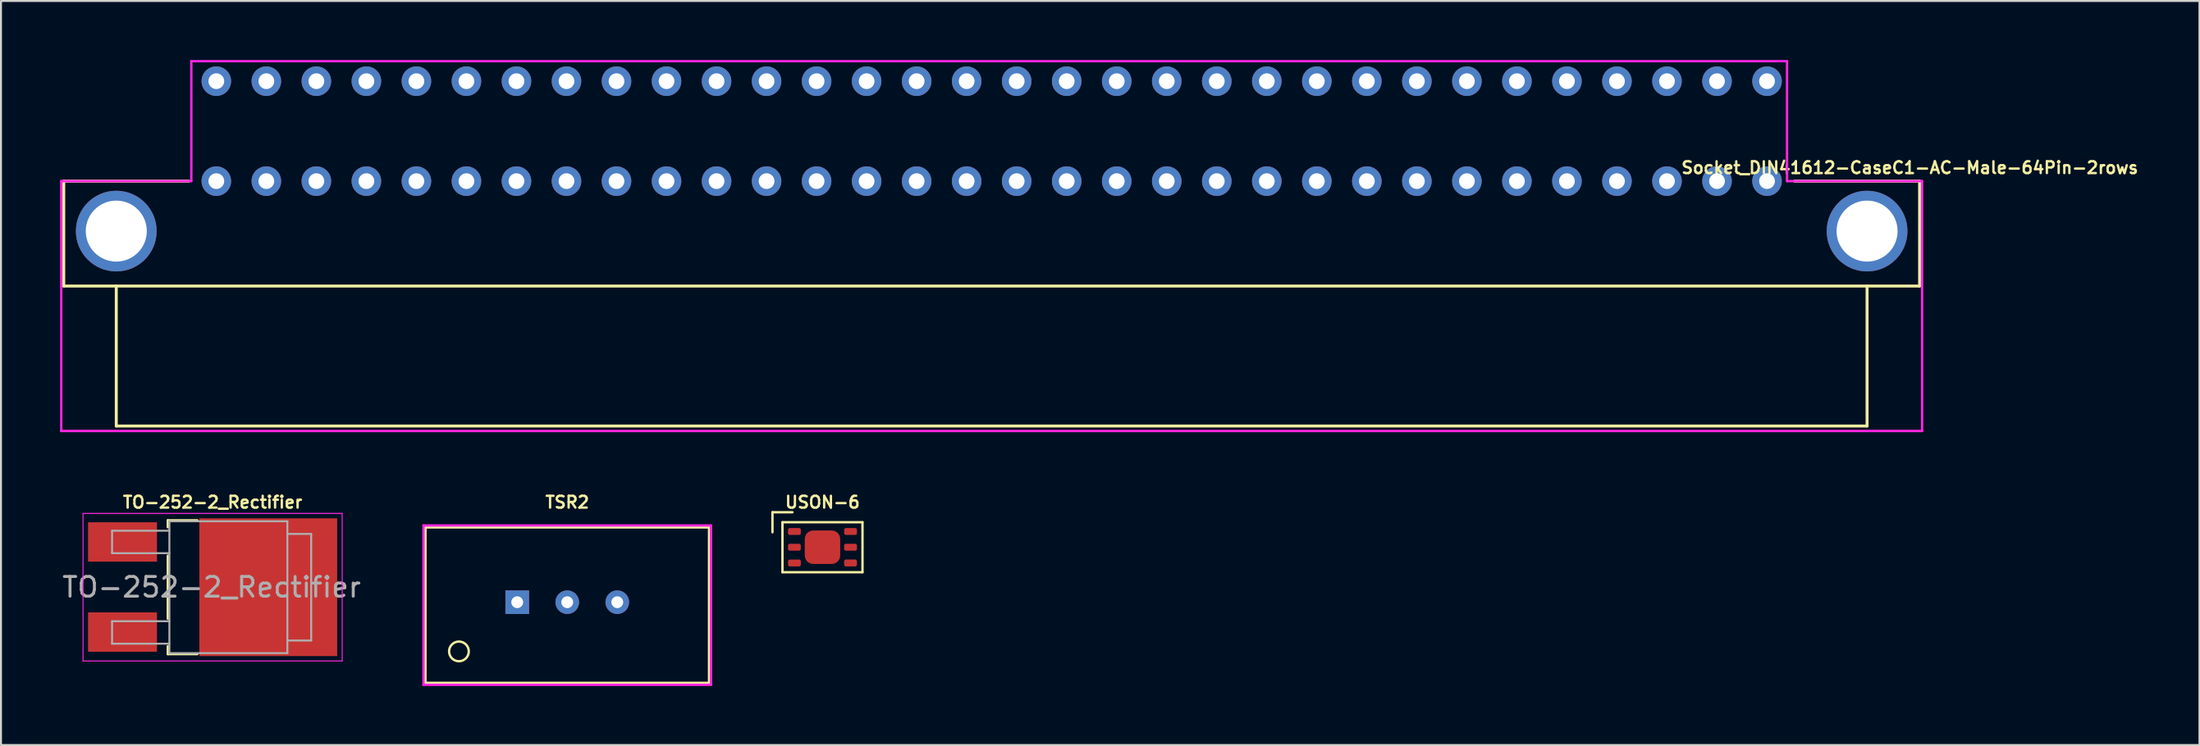
<source format=kicad_pcb>
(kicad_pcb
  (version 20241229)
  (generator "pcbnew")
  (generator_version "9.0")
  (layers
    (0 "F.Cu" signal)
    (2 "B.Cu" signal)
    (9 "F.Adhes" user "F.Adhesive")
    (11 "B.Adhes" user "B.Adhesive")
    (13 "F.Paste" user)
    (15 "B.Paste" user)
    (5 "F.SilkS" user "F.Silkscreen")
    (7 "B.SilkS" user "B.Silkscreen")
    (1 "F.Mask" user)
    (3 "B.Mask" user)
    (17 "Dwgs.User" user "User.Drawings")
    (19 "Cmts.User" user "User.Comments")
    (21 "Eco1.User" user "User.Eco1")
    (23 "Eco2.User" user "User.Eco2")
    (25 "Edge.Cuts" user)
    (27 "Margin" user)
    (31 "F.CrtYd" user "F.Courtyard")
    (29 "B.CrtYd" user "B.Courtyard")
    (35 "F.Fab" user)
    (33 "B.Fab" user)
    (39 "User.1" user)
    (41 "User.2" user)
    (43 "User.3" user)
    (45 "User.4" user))
  (footprint "TO-252-2_Rectifier"
    (layer "F.Cu")
    (at 7.746 26.796)
    (property "Reference" "TO-252-2_Rectifier" (at 0 -4.318 0) (layer "F.SilkS") (effects (font (size 0.6 0.6) (thickness 0.12))))
    (attr smd)
    (fp_line (start -2.275 -3.4) (end -0.775 -3.4) (stroke (width 0.12) (type solid)) (layer "F.SilkS"))
    (fp_line (start -2.275 -3.05) (end -2.275 -3.4) (stroke (width 0.12) (type solid)) (layer "F.SilkS"))
    (fp_line (start -2.275 1.6) (end -2.275 -1.6) (stroke (width 0.12) (type solid)) (layer "F.SilkS"))
    (fp_line (start -2.275 3.4) (end -2.275 3) (stroke (width 0.12) (type solid)) (layer "F.SilkS"))
    (fp_line (start -0.775 3.4) (end -2.275 3.4) (stroke (width 0.12) (type solid)) (layer "F.SilkS"))
    (fp_line (start -6.58 3.75) (end -6.58 -3.75) (stroke (width 0.05) (type solid)) (layer "F.CrtYd"))
    (fp_line (start -6.58 3.75) (end 6.58 3.75) (stroke (width 0.05) (type solid)) (layer "F.CrtYd"))
    (fp_line (start 6.58 -3.75) (end -6.58 -3.75) (stroke (width 0.05) (type solid)) (layer "F.CrtYd"))
    (fp_line (start 6.58 -3.75) (end 6.58 3.75) (stroke (width 0.05) (type solid)) (layer "F.CrtYd"))
    (fp_line (start -5.105 -2.87) (end -5.105 -1.73) (stroke (width 0.1) (type solid)) (layer "F.Fab"))
    (fp_line (start -5.105 -1.73) (end -2.195 -1.73) (stroke (width 0.1) (type solid)) (layer "F.Fab"))
    (fp_line (start -5.105 1.73) (end -5.105 2.87) (stroke (width 0.1) (type solid)) (layer "F.Fab"))
    (fp_line (start -5.105 2.87) (end -2.195 2.87) (stroke (width 0.1) (type solid)) (layer "F.Fab"))
    (fp_line (start -2.195 -2.87) (end -5.105 -2.87) (stroke (width 0.1) (type solid)) (layer "F.Fab"))
    (fp_line (start -2.195 1.73) (end -5.105 1.73) (stroke (width 0.1) (type solid)) (layer "F.Fab"))
    (fp_line (start -2.195 3.35) (end -2.195 -3.35) (stroke (width 0.1) (type solid)) (layer "F.Fab"))
    (fp_line (start -2.195 3.35) (end 3.795 3.35) (stroke (width 0.1) (type solid)) (layer "F.Fab"))
    (fp_line (start 3.795 -3.35) (end -2.195 -3.35) (stroke (width 0.1) (type solid)) (layer "F.Fab"))
    (fp_line (start 3.795 3.35) (end 3.795 -3.35) (stroke (width 0.1) (type solid)) (layer "F.Fab"))
    (fp_line (start 3.805 -2.71) (end 5.005 -2.71) (stroke (width 0.1) (type solid)) (layer "F.Fab"))
    (fp_line (start 5.005 -2.71) (end 5.005 2.71) (stroke (width 0.1) (type solid)) (layer "F.Fab"))
    (fp_line (start 5.005 2.71) (end 3.795 2.71) (stroke (width 0.1) (type solid)) (layer "F.Fab"))
    (fp_text user "${REFERENCE}" (at -0.05 0 0) (layer "F.Fab") (effects (font (size 1 1) (thickness 0.15))))
    (pad "1" smd rect (at -4.575 -2.3 270) (size 2 3.5) (layers "F.Cu" "F.Mask" "F.Paste"))
    (pad "2" smd rect (at 2.825 0 270) (size 7 7) (layers "F.Cu" "F.Mask" "F.Paste"))
    (pad "3" smd rect (at -4.575 2.28 270) (size 2 3.5) (layers "F.Cu" "F.Mask" "F.Paste")))
  (footprint "TSR2"
    (layer "F.Cu")
    (at 25.753 27.558)
    (property "Reference" "TSR2" (at 0 -5.08 0) (layer "F.SilkS") (effects (font (size 0.6 0.6) (thickness 0.12))))
    (attr through_hole)
    (fp_line (start -7.2 -3.8) (end 7.2 -3.8) (stroke (width 0.12) (type solid)) (layer "F.SilkS"))
    (fp_line (start -7.2 4.1) (end -7.2 -3.8) (stroke (width 0.12) (type solid)) (layer "F.SilkS"))
    (fp_line (start 7.2 -3.8) (end 7.2 4.1) (stroke (width 0.12) (type solid)) (layer "F.SilkS"))
    (fp_line (start 7.2 4.1) (end -7.2 4.1) (stroke (width 0.12) (type solid)) (layer "F.SilkS"))
    (fp_circle (center -5.5 2.5) (end -5.5 3) (stroke (width 0.12) (type solid)) (fill no) (layer "F.SilkS"))
    (fp_line (start -7.3 -3.9) (end 7.3 -3.9) (stroke (width 0.12) (type solid)) (layer "F.CrtYd"))
    (fp_line (start -7.3 4.2) (end -7.3 -3.9) (stroke (width 0.12) (type solid)) (layer "F.CrtYd"))
    (fp_line (start 7.3 -3.9) (end 7.3 4.2) (stroke (width 0.12) (type solid)) (layer "F.CrtYd"))
    (fp_line (start 7.3 4.2) (end -7.3 4.2) (stroke (width 0.12) (type solid)) (layer "F.CrtYd"))
    (pad "1" thru_hole rect (at -2.54 0) (size 1.2 1.2) (drill 0.6) (layers "*.Cu" "*.Mask"))
    (pad "2" thru_hole circle (at 0 0) (size 1.2 1.2) (drill 0.6) (layers "*.Cu" "*.Mask"))
    (pad "3" thru_hole circle (at 2.54 0) (size 1.2 1.2) (drill 0.6) (layers "*.Cu" "*.Mask")))
  (footprint "USON-6"
    (layer "F.Cu")
    (at 38.713 24.764)
    (property "Reference" "USON-6" (at 0 -2.286 0) (unlocked yes) (layer "F.SilkS") (effects (font (size 0.6 0.6) (thickness 0.12))))
    (attr smd)
    (fp_line (start -2.54 -1.778) (end -1.524 -1.778) (stroke (width 0.12) (type solid)) (layer "F.SilkS"))
    (fp_line (start -2.54 -0.762) (end -2.54 -1.778) (stroke (width 0.12) (type solid)) (layer "F.SilkS"))
    (fp_line (start -2.032 -1.27) (end 2.032 -1.27) (stroke (width 0.12) (type solid)) (layer "F.SilkS"))
    (fp_line (start -2.032 1.27) (end -2.032 -1.27) (stroke (width 0.12) (type solid)) (layer "F.SilkS"))
    (fp_line (start 2.032 -1.27) (end 2.032 1.27) (stroke (width 0.12) (type solid)) (layer "F.SilkS"))
    (fp_line (start 2.032 1.27) (end -2.032 1.27) (stroke (width 0.12) (type solid)) (layer "F.SilkS"))
    (pad "1" smd roundrect (at -1.425 -0.8) (size 0.65 0.35) (layers "F.Cu" "F.Mask" "F.Paste") (roundrect_rratio 0.25))
    (pad "2" smd roundrect (at -1.425 0) (size 0.65 0.35) (layers "F.Cu" "F.Mask" "F.Paste") (roundrect_rratio 0.25))
    (pad "3" smd roundrect (at -1.425 0.8) (size 0.65 0.35) (layers "F.Cu" "F.Mask" "F.Paste") (roundrect_rratio 0.25))
    (pad "4" smd roundrect (at 1.425 0.8) (size 0.65 0.35) (layers "F.Cu" "F.Mask" "F.Paste") (roundrect_rratio 0.25))
    (pad "5" smd roundrect (at 1.425 0) (size 0.65 0.35) (layers "F.Cu" "F.Mask" "F.Paste") (roundrect_rratio 0.25))
    (pad "6" smd roundrect (at 1.425 -0.8) (size 0.65 0.35) (layers "F.Cu" "F.Mask" "F.Paste") (roundrect_rratio 0.25))
    (pad "7" smd roundrect (at 0 0) (size 1.8 1.7) (layers "F.Cu" "F.Mask" "F.Paste") (roundrect_rratio 0.25)))
  (footprint "Socket_DIN41612-CaseC1-AC-Male-64Pin-2rows"
    (layer "F.Cu")
    (at 47.304 3.616)
    (property "Reference" "Socket_DIN41612-CaseC1-AC-Male-64Pin-2rows" (at 46.622 1.859 0) (layer "F.SilkS") (effects (font (size 0.6 0.6) (thickness 0.12))))
    (attr through_hole)
    (fp_line (start -47.117 2.54) (end -40.767 2.54) (stroke (width 0.15) (type solid)) (layer "F.SilkS"))
    (fp_line (start -47.117 7.874) (end -47.117 2.54) (stroke (width 0.15) (type solid)) (layer "F.SilkS"))
    (fp_line (start -44.45 14.986) (end -44.45 7.874) (stroke (width 0.15) (type solid)) (layer "F.SilkS"))
    (fp_line (start 44.45 7.874) (end 44.45 14.986) (stroke (width 0.15) (type solid)) (layer "F.SilkS"))
    (fp_line (start 44.45 14.986) (end -44.45 14.986) (stroke (width 0.15) (type solid)) (layer "F.SilkS"))
    (fp_line (start 47.117 2.54) (end 40.767 2.54) (stroke (width 0.15) (type solid)) (layer "F.SilkS"))
    (fp_line (start 47.117 2.54) (end 47.117 7.874) (stroke (width 0.15) (type solid)) (layer "F.SilkS"))
    (fp_line (start 47.117 7.874) (end -47.117 7.874) (stroke (width 0.15) (type solid)) (layer "F.SilkS"))
    (fp_line (start -47.244 2.54) (end -40.64 2.54) (stroke (width 0.12) (type solid)) (layer "F.CrtYd"))
    (fp_line (start -47.244 15.24) (end -47.244 2.54) (stroke (width 0.12) (type solid)) (layer "F.CrtYd"))
    (fp_line (start -40.64 -3.556) (end 40.386 -3.556) (stroke (width 0.12) (type solid)) (layer "F.CrtYd"))
    (fp_line (start -40.64 2.54) (end -40.64 -3.556) (stroke (width 0.12) (type solid)) (layer "F.CrtYd"))
    (fp_line (start 40.386 -3.556) (end 40.386 2.54) (stroke (width 0.12) (type solid)) (layer "F.CrtYd"))
    (fp_line (start 40.386 2.54) (end 47.244 2.54) (stroke (width 0.12) (type solid)) (layer "F.CrtYd"))
    (fp_line (start 47.244 2.54) (end 47.244 15.24) (stroke (width 0.12) (type solid)) (layer "F.CrtYd"))
    (fp_line (start 47.244 15.24) (end -47.244 15.24) (stroke (width 0.12) (type solid)) (layer "F.CrtYd"))
    (pad "1" thru_hole circle (at -44.45 5.08) (size 4.1 4.1) (drill 3.1) (layers "*.Cu" "*.Mask"))
    (pad "1" thru_hole circle (at 44.45 5.08) (size 4.1 4.1) (drill 3.1) (layers "*.Cu" "*.Mask"))
    (pad "A1" thru_hole circle (at 39.37 -2.54 180) (size 1.501 1.501) (drill 0.8) (layers "*.Cu" "*.Mask"))
    (pad "A2" thru_hole circle (at 36.83 -2.54 180) (size 1.501 1.501) (drill 0.8) (layers "*.Cu" "*.Mask"))
    (pad "A3" thru_hole circle (at 34.29 -2.54 180) (size 1.501 1.501) (drill 0.8) (layers "*.Cu" "*.Mask"))
    (pad "A4" thru_hole circle (at 31.75 -2.54 180) (size 1.501 1.501) (drill 0.8) (layers "*.Cu" "*.Mask"))
    (pad "A5" thru_hole circle (at 29.21 -2.54 180) (size 1.501 1.501) (drill 0.8) (layers "*.Cu" "*.Mask"))
    (pad "A6" thru_hole circle (at 26.67 -2.54 180) (size 1.501 1.501) (drill 0.8) (layers "*.Cu" "*.Mask"))
    (pad "A7" thru_hole circle (at 24.13 -2.54 180) (size 1.501 1.501) (drill 0.8) (layers "*.Cu" "*.Mask"))
    (pad "A8" thru_hole circle (at 21.59 -2.54 180) (size 1.501 1.501) (drill 0.8) (layers "*.Cu" "*.Mask"))
    (pad "A9" thru_hole circle (at 19.05 -2.54 180) (size 1.501 1.501) (drill 0.8) (layers "*.Cu" "*.Mask"))
    (pad "A10" thru_hole circle (at 16.51 -2.54 180) (size 1.501 1.501) (drill 0.8) (layers "*.Cu" "*.Mask"))
    (pad "A11" thru_hole circle (at 13.97 -2.54 180) (size 1.501 1.501) (drill 0.8) (layers "*.Cu" "*.Mask"))
    (pad "A12" thru_hole circle (at 11.43 -2.54 180) (size 1.501 1.501) (drill 0.8) (layers "*.Cu" "*.Mask"))
    (pad "A13" thru_hole circle (at 8.89 -2.54 180) (size 1.501 1.501) (drill 0.8) (layers "*.Cu" "*.Mask"))
    (pad "A14" thru_hole circle (at 6.35 -2.54 180) (size 1.501 1.501) (drill 0.8) (layers "*.Cu" "*.Mask"))
    (pad "A15" thru_hole circle (at 3.81 -2.54 180) (size 1.501 1.501) (drill 0.8) (layers "*.Cu" "*.Mask"))
    (pad "A16" thru_hole circle (at 1.27 -2.54 180) (size 1.501 1.501) (drill 0.8) (layers "*.Cu" "*.Mask"))
    (pad "A17" thru_hole circle (at -1.27 -2.54 180) (size 1.501 1.501) (drill 0.8) (layers "*.Cu" "*.Mask"))
    (pad "A18" thru_hole circle (at -3.81 -2.54 180) (size 1.501 1.501) (drill 0.8) (layers "*.Cu" "*.Mask"))
    (pad "A19" thru_hole circle (at -6.35 -2.54 180) (size 1.501 1.501) (drill 0.8) (layers "*.Cu" "*.Mask"))
    (pad "A20" thru_hole circle (at -8.89 -2.54 180) (size 1.501 1.501) (drill 0.8) (layers "*.Cu" "*.Mask"))
    (pad "A21" thru_hole circle (at -11.43 -2.54 180) (size 1.501 1.501) (drill 0.8) (layers "*.Cu" "*.Mask"))
    (pad "A22" thru_hole circle (at -13.97 -2.54 180) (size 1.501 1.501) (drill 0.8) (layers "*.Cu" "*.Mask"))
    (pad "A23" thru_hole circle (at -16.51 -2.54 180) (size 1.501 1.501) (drill 0.8) (layers "*.Cu" "*.Mask"))
    (pad "A24" thru_hole circle (at -19.05 -2.54 180) (size 1.501 1.501) (drill 0.8) (layers "*.Cu" "*.Mask"))
    (pad "A25" thru_hole circle (at -21.59 -2.54 180) (size 1.501 1.501) (drill 0.8) (layers "*.Cu" "*.Mask"))
    (pad "A26" thru_hole circle (at -24.13 -2.54 180) (size 1.501 1.501) (drill 0.8) (layers "*.Cu" "*.Mask"))
    (pad "A27" thru_hole circle (at -26.67 -2.54 180) (size 1.501 1.501) (drill 0.8) (layers "*.Cu" "*.Mask"))
    (pad "A28" thru_hole circle (at -29.21 -2.54 180) (size 1.501 1.501) (drill 0.8) (layers "*.Cu" "*.Mask"))
    (pad "A29" thru_hole circle (at -31.75 -2.54 180) (size 1.501 1.501) (drill 0.8) (layers "*.Cu" "*.Mask"))
    (pad "A30" thru_hole circle (at -34.29 -2.54 180) (size 1.501 1.501) (drill 0.8) (layers "*.Cu" "*.Mask"))
    (pad "A31" thru_hole circle (at -36.83 -2.54 180) (size 1.501 1.501) (drill 0.8) (layers "*.Cu" "*.Mask"))
    (pad "A32" thru_hole circle (at -39.37 -2.54 180) (size 1.501 1.501) (drill 0.8) (layers "*.Cu" "*.Mask"))
    (pad "C1" thru_hole circle (at 39.37 2.54 180) (size 1.501 1.501) (drill 0.8) (layers "*.Cu" "*.Mask"))
    (pad "C2" thru_hole circle (at 36.83 2.54 180) (size 1.501 1.501) (drill 0.8) (layers "*.Cu" "*.Mask"))
    (pad "C3" thru_hole circle (at 34.29 2.54 180) (size 1.501 1.501) (drill 0.8) (layers "*.Cu" "*.Mask"))
    (pad "C4" thru_hole circle (at 31.75 2.54 180) (size 1.501 1.501) (drill 0.8) (layers "*.Cu" "*.Mask"))
    (pad "C5" thru_hole circle (at 29.21 2.54 180) (size 1.501 1.501) (drill 0.8) (layers "*.Cu" "*.Mask"))
    (pad "C6" thru_hole circle (at 26.67 2.54 180) (size 1.501 1.501) (drill 0.8) (layers "*.Cu" "*.Mask"))
    (pad "C7" thru_hole circle (at 24.13 2.54 180) (size 1.501 1.501) (drill 0.8) (layers "*.Cu" "*.Mask"))
    (pad "C8" thru_hole circle (at 21.59 2.54 180) (size 1.501 1.501) (drill 0.8) (layers "*.Cu" "*.Mask"))
    (pad "C9" thru_hole circle (at 19.05 2.54 180) (size 1.501 1.501) (drill 0.8) (layers "*.Cu" "*.Mask"))
    (pad "C10" thru_hole circle (at 16.51 2.54 180) (size 1.501 1.501) (drill 0.8) (layers "*.Cu" "*.Mask"))
    (pad "C11" thru_hole circle (at 13.97 2.54 180) (size 1.501 1.501) (drill 0.8) (layers "*.Cu" "*.Mask"))
    (pad "C12" thru_hole circle (at 11.43 2.54 180) (size 1.501 1.501) (drill 0.8) (layers "*.Cu" "*.Mask"))
    (pad "C13" thru_hole circle (at 8.89 2.54 180) (size 1.501 1.501) (drill 0.8) (layers "*.Cu" "*.Mask"))
    (pad "C14" thru_hole circle (at 6.35 2.54 180) (size 1.501 1.501) (drill 0.8) (layers "*.Cu" "*.Mask"))
    (pad "C15" thru_hole circle (at 3.81 2.54 180) (size 1.501 1.501) (drill 0.8) (layers "*.Cu" "*.Mask"))
    (pad "C16" thru_hole circle (at 1.27 2.54 180) (size 1.501 1.501) (drill 0.8) (layers "*.Cu" "*.Mask"))
    (pad "C17" thru_hole circle (at -1.27 2.54 180) (size 1.501 1.501) (drill 0.8) (layers "*.Cu" "*.Mask"))
    (pad "C18" thru_hole circle (at -3.81 2.54 180) (size 1.501 1.501) (drill 0.8) (layers "*.Cu" "*.Mask"))
    (pad "C19" thru_hole circle (at -6.35 2.54 180) (size 1.501 1.501) (drill 0.8) (layers "*.Cu" "*.Mask"))
    (pad "C20" thru_hole circle (at -8.89 2.54 180) (size 1.501 1.501) (drill 0.8) (layers "*.Cu" "*.Mask"))
    (pad "C21" thru_hole circle (at -11.43 2.54 180) (size 1.501 1.501) (drill 0.8) (layers "*.Cu" "*.Mask"))
    (pad "C22" thru_hole circle (at -13.97 2.54 180) (size 1.501 1.501) (drill 0.8) (layers "*.Cu" "*.Mask"))
    (pad "C23" thru_hole circle (at -16.51 2.54 180) (size 1.501 1.501) (drill 0.8) (layers "*.Cu" "*.Mask"))
    (pad "C24" thru_hole circle (at -19.05 2.54 180) (size 1.501 1.501) (drill 0.8) (layers "*.Cu" "*.Mask"))
    (pad "C25" thru_hole circle (at -21.59 2.54 180) (size 1.501 1.501) (drill 0.8) (layers "*.Cu" "*.Mask"))
    (pad "C26" thru_hole circle (at -24.13 2.54 180) (size 1.501 1.501) (drill 0.8) (layers "*.Cu" "*.Mask"))
    (pad "C27" thru_hole circle (at -26.67 2.54 180) (size 1.501 1.501) (drill 0.8) (layers "*.Cu" "*.Mask"))
    (pad "C28" thru_hole circle (at -29.21 2.54 180) (size 1.501 1.501) (drill 0.8) (layers "*.Cu" "*.Mask"))
    (pad "C29" thru_hole circle (at -31.75 2.54 180) (size 1.501 1.501) (drill 0.8) (layers "*.Cu" "*.Mask"))
    (pad "C30" thru_hole circle (at -34.29 2.54 180) (size 1.501 1.501) (drill 0.8) (layers "*.Cu" "*.Mask"))
    (pad "C31" thru_hole circle (at -36.83 2.54 180) (size 1.501 1.501) (drill 0.8) (layers "*.Cu" "*.Mask"))
    (pad "C32" thru_hole circle (at -39.37 2.54 180) (size 1.501 1.501) (drill 0.8) (layers "*.Cu" "*.Mask")))
  (gr_rect
    (start -3 -3)
    (end 108.632 34.818)
    (stroke (width 0.1) (type default))
    (fill no)
    (layer "Edge.Cuts")))
</source>
